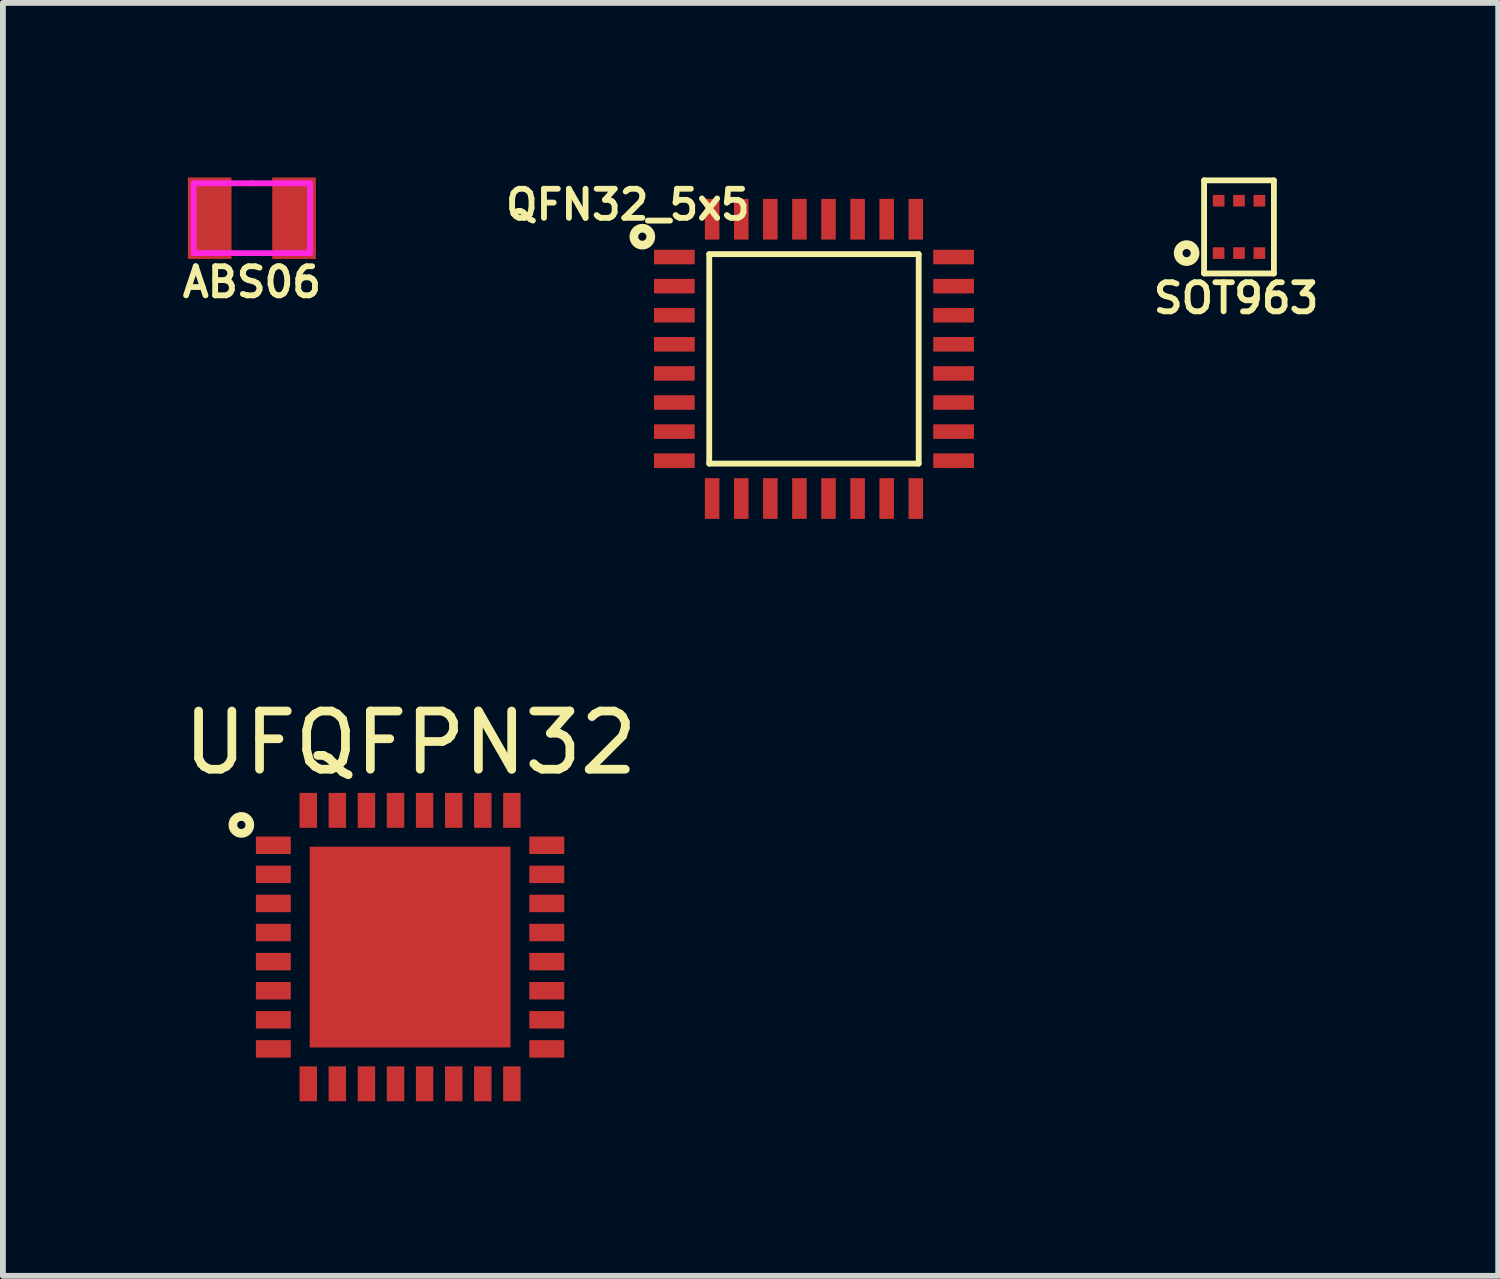
<source format=kicad_pcb>
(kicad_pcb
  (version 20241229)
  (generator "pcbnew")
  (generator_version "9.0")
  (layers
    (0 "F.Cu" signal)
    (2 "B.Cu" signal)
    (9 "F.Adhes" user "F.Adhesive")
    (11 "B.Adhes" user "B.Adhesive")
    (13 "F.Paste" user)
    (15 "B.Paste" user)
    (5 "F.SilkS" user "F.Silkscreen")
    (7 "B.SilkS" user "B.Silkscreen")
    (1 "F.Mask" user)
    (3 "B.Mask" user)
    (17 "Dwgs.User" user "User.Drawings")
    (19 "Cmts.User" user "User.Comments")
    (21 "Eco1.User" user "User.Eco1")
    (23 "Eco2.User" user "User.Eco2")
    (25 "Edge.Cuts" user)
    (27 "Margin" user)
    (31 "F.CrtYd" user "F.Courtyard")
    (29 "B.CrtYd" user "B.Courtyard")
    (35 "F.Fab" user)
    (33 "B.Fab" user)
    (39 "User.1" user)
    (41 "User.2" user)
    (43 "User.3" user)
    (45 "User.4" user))
  (footprint "ABS06"
    (layer "F.Cu")
    (at 1.279 0.7)
    (property "Reference" "ABS06" (at 0 1.1 0) (layer "F.SilkS") (effects (font (size 0.5 0.5) (thickness 0.1))))
    (attr through_hole)
    (fp_line (start -1 -0.6) (end 0 -0.6) (stroke (width 0.1) (type solid)) (layer "F.CrtYd"))
    (fp_line (start -1 0.6) (end -1 -0.6) (stroke (width 0.1) (type solid)) (layer "F.CrtYd"))
    (fp_line (start 0 -0.6) (end 1 -0.6) (stroke (width 0.1) (type solid)) (layer "F.CrtYd"))
    (fp_line (start 1 -0.6) (end 1 0.6) (stroke (width 0.1) (type solid)) (layer "F.CrtYd"))
    (fp_line (start 1 0.6) (end -1 0.6) (stroke (width 0.1) (type solid)) (layer "F.CrtYd"))
    (pad "1" smd rect (at -0.725 0) (size 0.75 1.4) (layers "F.Cu" "F.Mask" "F.Paste"))
    (pad "2" smd rect (at 0.725 0) (size 0.75 1.4) (layers "F.Cu" "F.Mask" "F.Paste")))
  (footprint "UFQFPN32"
    (layer "F.Cu")
    (at 3.998 13.228)
    (property "Reference" "UFQFPN32" (at 0.008 -3.512 180) (layer "F.SilkS") (effects (font (size 1 1) (thickness 0.15))))
    (attr through_hole)
    (fp_circle (center -2.9 -2.1) (end -2.85 -2.05) (stroke (width 0.15) (type solid)) (fill no) (layer "F.SilkS"))
    (pad "1" smd rect (at -2.35 -1.75) (size 0.6 0.3) (layers "F.Cu" "F.Mask" "F.Paste"))
    (pad "2" smd rect (at -2.35 -1.25) (size 0.6 0.3) (layers "F.Cu" "F.Mask" "F.Paste"))
    (pad "3" smd rect (at -2.35 -0.75) (size 0.6 0.3) (layers "F.Cu" "F.Mask" "F.Paste"))
    (pad "4" smd rect (at -2.35 -0.25) (size 0.6 0.3) (layers "F.Cu" "F.Mask" "F.Paste"))
    (pad "5" smd rect (at -2.35 0.25) (size 0.6 0.3) (layers "F.Cu" "F.Mask" "F.Paste"))
    (pad "6" smd rect (at -2.35 0.75) (size 0.6 0.3) (layers "F.Cu" "F.Mask" "F.Paste"))
    (pad "7" smd rect (at -2.35 1.25) (size 0.6 0.3) (layers "F.Cu" "F.Mask" "F.Paste"))
    (pad "8" smd rect (at -2.35 1.75) (size 0.6 0.3) (layers "F.Cu" "F.Mask" "F.Paste"))
    (pad "9" smd rect (at -1.75 2.35) (size 0.3 0.6) (layers "F.Cu" "F.Mask" "F.Paste"))
    (pad "10" smd rect (at -1.25 2.35) (size 0.3 0.6) (layers "F.Cu" "F.Mask" "F.Paste"))
    (pad "11" smd rect (at -0.75 2.35) (size 0.3 0.6) (layers "F.Cu" "F.Mask" "F.Paste"))
    (pad "12" smd rect (at -0.25 2.35) (size 0.3 0.6) (layers "F.Cu" "F.Mask" "F.Paste"))
    (pad "13" smd rect (at 0.25 2.35) (size 0.3 0.6) (layers "F.Cu" "F.Mask" "F.Paste"))
    (pad "14" smd rect (at 0.75 2.35) (size 0.3 0.6) (layers "F.Cu" "F.Mask" "F.Paste"))
    (pad "15" smd rect (at 1.25 2.35) (size 0.3 0.6) (layers "F.Cu" "F.Mask" "F.Paste"))
    (pad "16" smd rect (at 1.75 2.35) (size 0.3 0.6) (layers "F.Cu" "F.Mask" "F.Paste"))
    (pad "17" smd rect (at 2.35 1.75) (size 0.6 0.3) (layers "F.Cu" "F.Mask" "F.Paste"))
    (pad "18" smd rect (at 2.35 1.25) (size 0.6 0.3) (layers "F.Cu" "F.Mask" "F.Paste"))
    (pad "19" smd rect (at 2.35 0.75) (size 0.6 0.3) (layers "F.Cu" "F.Mask" "F.Paste"))
    (pad "20" smd rect (at 2.35 0.25) (size 0.6 0.3) (layers "F.Cu" "F.Mask" "F.Paste"))
    (pad "21" smd rect (at 2.35 -0.25) (size 0.6 0.3) (layers "F.Cu" "F.Mask" "F.Paste"))
    (pad "22" smd rect (at 2.35 -0.75) (size 0.6 0.3) (layers "F.Cu" "F.Mask" "F.Paste"))
    (pad "23" smd rect (at 2.35 -1.25) (size 0.6 0.3) (layers "F.Cu" "F.Mask" "F.Paste"))
    (pad "24" smd rect (at 2.35 -1.75) (size 0.6 0.3) (layers "F.Cu" "F.Mask" "F.Paste"))
    (pad "25" smd rect (at 1.75 -2.35) (size 0.3 0.6) (layers "F.Cu" "F.Mask" "F.Paste"))
    (pad "26" smd rect (at 1.25 -2.35) (size 0.3 0.6) (layers "F.Cu" "F.Mask" "F.Paste"))
    (pad "27" smd rect (at 0.75 -2.35) (size 0.3 0.6) (layers "F.Cu" "F.Mask" "F.Paste"))
    (pad "28" smd rect (at 0.25 -2.35) (size 0.3 0.6) (layers "F.Cu" "F.Mask" "F.Paste"))
    (pad "29" smd rect (at -0.25 -2.35) (size 0.3 0.6) (layers "F.Cu" "F.Mask" "F.Paste"))
    (pad "30" smd rect (at -0.75 -2.35) (size 0.3 0.6) (layers "F.Cu" "F.Mask" "F.Paste"))
    (pad "31" smd rect (at -1.25 -2.35) (size 0.3 0.6) (layers "F.Cu" "F.Mask" "F.Paste"))
    (pad "32" smd rect (at -1.75 -2.35) (size 0.3 0.6) (layers "F.Cu" "F.Mask" "F.Paste"))
    (pad "GND" smd rect (at 0 0) (size 3.45 3.45) (layers "F.Cu" "F.Mask" "F.Paste")))
  (footprint "QFN32_5x5"
    (layer "F.Cu")
    (at 10.94 3.118)
    (property "Reference" "QFN32_5x5" (at -3.2 -2.65 0) (layer "F.SilkS") (effects (font (size 0.5 0.5) (thickness 0.1))))
    (attr through_hole)
    (fp_line (start -1.8 -1.8) (end 1.8 -1.8) (stroke (width 0.1) (type solid)) (layer "F.SilkS"))
    (fp_line (start -1.8 1.8) (end -1.8 -1.8) (stroke (width 0.1) (type solid)) (layer "F.SilkS"))
    (fp_line (start 1.8 -1.8) (end 1.8 1.8) (stroke (width 0.1) (type solid)) (layer "F.SilkS"))
    (fp_line (start 1.8 1.8) (end -1.8 1.8) (stroke (width 0.1) (type solid)) (layer "F.SilkS"))
    (fp_circle (center -2.95 -2.1) (end -2.9 -2.05) (stroke (width 0.15) (type solid)) (fill no) (layer "F.SilkS"))
    (pad "1" smd rect (at -2.4 -1.75) (size 0.7 0.25) (layers "F.Cu" "F.Mask" "F.Paste"))
    (pad "2" smd rect (at -2.4 -1.25) (size 0.7 0.25) (layers "F.Cu" "F.Mask" "F.Paste"))
    (pad "3" smd rect (at -2.4 -0.75) (size 0.7 0.25) (layers "F.Cu" "F.Mask" "F.Paste"))
    (pad "4" smd rect (at -2.4 -0.25) (size 0.7 0.25) (layers "F.Cu" "F.Mask" "F.Paste"))
    (pad "5" smd rect (at -2.4 0.25) (size 0.7 0.25) (layers "F.Cu" "F.Mask" "F.Paste"))
    (pad "6" smd rect (at -2.4 0.75) (size 0.7 0.25) (layers "F.Cu" "F.Mask" "F.Paste"))
    (pad "7" smd rect (at -2.4 1.25) (size 0.7 0.25) (layers "F.Cu" "F.Mask" "F.Paste"))
    (pad "8" smd rect (at -2.4 1.75) (size 0.7 0.25) (layers "F.Cu" "F.Mask" "F.Paste"))
    (pad "9" smd rect (at -1.75 2.4) (size 0.25 0.7) (layers "F.Cu" "F.Mask" "F.Paste"))
    (pad "10" smd rect (at -1.25 2.4) (size 0.25 0.7) (layers "F.Cu" "F.Mask" "F.Paste"))
    (pad "11" smd rect (at -0.75 2.4) (size 0.25 0.7) (layers "F.Cu" "F.Mask" "F.Paste"))
    (pad "12" smd rect (at -0.25 2.4) (size 0.25 0.7) (layers "F.Cu" "F.Mask" "F.Paste"))
    (pad "13" smd rect (at 0.25 2.4) (size 0.25 0.7) (layers "F.Cu" "F.Mask" "F.Paste"))
    (pad "14" smd rect (at 0.75 2.4) (size 0.25 0.7) (layers "F.Cu" "F.Mask" "F.Paste"))
    (pad "15" smd rect (at 1.25 2.4) (size 0.25 0.7) (layers "F.Cu" "F.Mask" "F.Paste"))
    (pad "16" smd rect (at 1.75 2.4) (size 0.25 0.7) (layers "F.Cu" "F.Mask" "F.Paste"))
    (pad "17" smd rect (at 2.4 1.75) (size 0.7 0.25) (layers "F.Cu" "F.Mask" "F.Paste"))
    (pad "18" smd rect (at 2.4 1.25) (size 0.7 0.25) (layers "F.Cu" "F.Mask" "F.Paste"))
    (pad "19" smd rect (at 2.4 0.75) (size 0.7 0.25) (layers "F.Cu" "F.Mask" "F.Paste"))
    (pad "20" smd rect (at 2.4 0.25) (size 0.7 0.25) (layers "F.Cu" "F.Mask" "F.Paste"))
    (pad "21" smd rect (at 2.4 -0.25) (size 0.7 0.25) (layers "F.Cu" "F.Mask" "F.Paste"))
    (pad "22" smd rect (at 2.4 -0.75) (size 0.7 0.25) (layers "F.Cu" "F.Mask" "F.Paste"))
    (pad "23" smd rect (at 2.4 -1.25) (size 0.7 0.25) (layers "F.Cu" "F.Mask" "F.Paste"))
    (pad "24" smd rect (at 2.4 -1.75) (size 0.7 0.25) (layers "F.Cu" "F.Mask" "F.Paste"))
    (pad "25" smd rect (at 1.75 -2.4) (size 0.25 0.7) (layers "F.Cu" "F.Mask" "F.Paste"))
    (pad "26" smd rect (at 1.25 -2.4) (size 0.25 0.7) (layers "F.Cu" "F.Mask" "F.Paste"))
    (pad "27" smd rect (at 0.75 -2.4) (size 0.25 0.7) (layers "F.Cu" "F.Mask" "F.Paste"))
    (pad "28" smd rect (at 0.25 -2.4) (size 0.25 0.7) (layers "F.Cu" "F.Mask" "F.Paste"))
    (pad "29" smd rect (at -0.25 -2.4) (size 0.25 0.7) (layers "F.Cu" "F.Mask" "F.Paste"))
    (pad "30" smd rect (at -0.75 -2.4) (size 0.25 0.7) (layers "F.Cu" "F.Mask" "F.Paste"))
    (pad "31" smd rect (at -1.25 -2.4) (size 0.25 0.7) (layers "F.Cu" "F.Mask" "F.Paste"))
    (pad "32" smd rect (at -1.75 -2.4) (size 0.25 0.7) (layers "F.Cu" "F.Mask" "F.Paste")))
  (footprint "SOT963"
    (layer "F.Cu")
    (at 18.245 0.85)
    (property "Reference" "SOT963" (at -0.05 1.225 0) (layer "F.SilkS") (effects (font (size 0.5 0.5) (thickness 0.1))))
    (attr through_hole)
    (fp_line (start -0.6 -0.8) (end 0.6 -0.8) (stroke (width 0.1) (type solid)) (layer "F.SilkS"))
    (fp_line (start -0.6 0.8) (end -0.6 -0.8) (stroke (width 0.1) (type solid)) (layer "F.SilkS"))
    (fp_line (start 0.6 -0.8) (end 0.6 0.8) (stroke (width 0.1) (type solid)) (layer "F.SilkS"))
    (fp_line (start 0.6 0.8) (end -0.6 0.8) (stroke (width 0.1) (type solid)) (layer "F.SilkS"))
    (fp_circle (center -0.9 0.45) (end -0.85 0.5) (stroke (width 0.15) (type solid)) (fill no) (layer "F.SilkS"))
    (pad "1" smd rect (at -0.35 0.45) (size 0.2 0.2) (layers "F.Cu" "F.Mask" "F.Paste"))
    (pad "2" smd rect (at 0 0.45) (size 0.2 0.2) (layers "F.Cu" "F.Mask" "F.Paste"))
    (pad "3" smd rect (at 0.35 0.45) (size 0.2 0.2) (layers "F.Cu" "F.Mask" "F.Paste"))
    (pad "4" smd rect (at 0.35 -0.45) (size 0.2 0.2) (layers "F.Cu" "F.Mask" "F.Paste"))
    (pad "5" smd rect (at 0 -0.45) (size 0.2 0.2) (layers "F.Cu" "F.Mask" "F.Paste"))
    (pad "6" smd rect (at -0.35 -0.45) (size 0.2 0.2) (layers "F.Cu" "F.Mask" "F.Paste")))
  (gr_rect
    (start -3 -3)
    (end 22.7 18.878)
    (stroke (width 0.1) (type default))
    (fill no)
    (layer "Edge.Cuts")))
</source>
